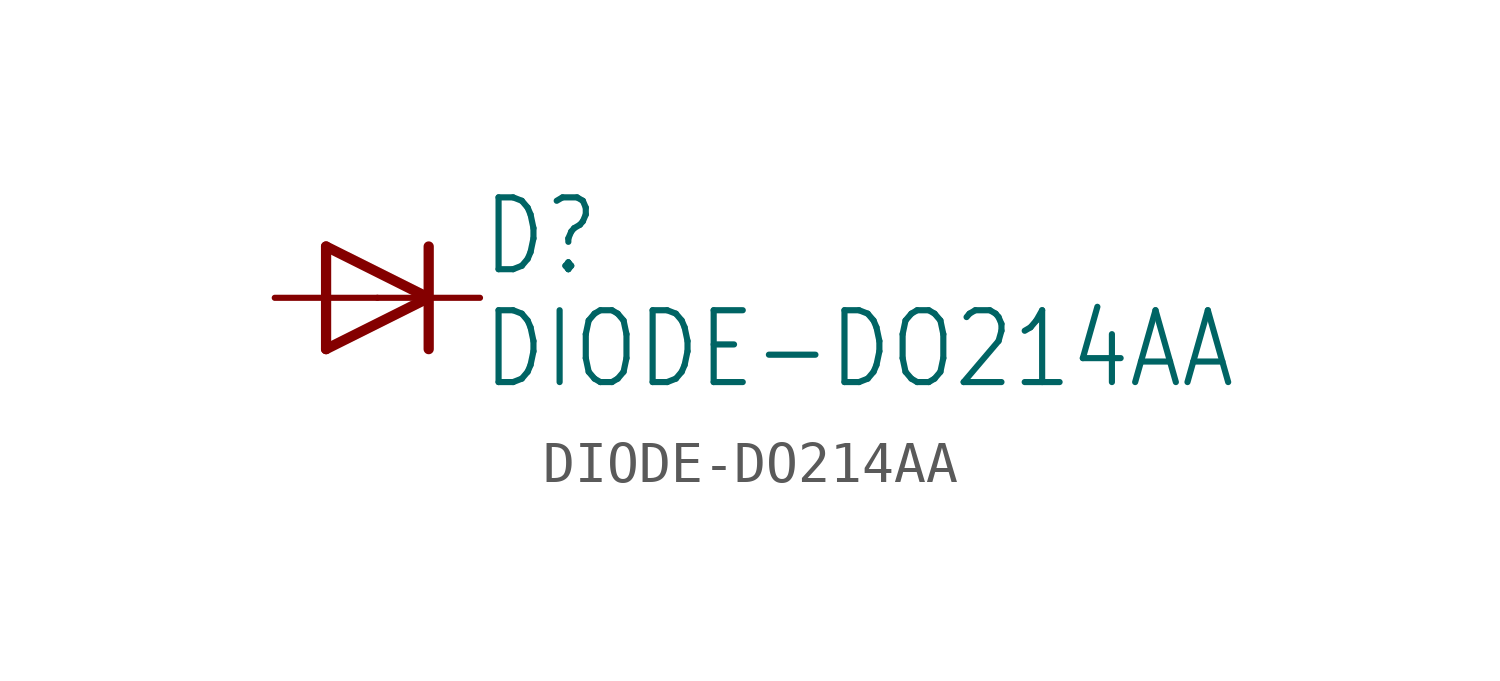
<source format=kicad_sym>
(kicad_symbol_lib
  (version 20211014)
  (generator kicad_symbol_editor)
  (symbol "DIODE-DO214AA"
    (property "Reference" "D"
      (at 2.54 0.483 0)
      (effects (font (size 1.778 1.511)) (justify left bottom)))
    (property "Value" "DIODE-DO214AA"
      (at 2.54 -2.311 0)
      (effects (font (size 1.778 1.511)) (justify left bottom)))
    (property "ki_locked" ""
      (at 0 0 0)
      (effects (font (size 1.27 1.27))))
    (symbol "DIODE-DO214AA_1_0"
      (polyline (pts (xy -1.27 -1.27) (xy 1.27 0)) (stroke (width 0.254) (type default) (color 0 0 0 0)) (fill (type none)))
      (polyline (pts (xy -1.27 1.27) (xy -1.27 -1.27)) (stroke (width 0.254) (type default) (color 0 0 0 0)) (fill (type none)))
      (polyline (pts (xy 1.27 0) (xy -1.27 1.27)) (stroke (width 0.254) (type default) (color 0 0 0 0)) (fill (type none)))
      (polyline (pts (xy 1.27 0) (xy 1.27 -1.27)) (stroke (width 0.254) (type default) (color 0 0 0 0)) (fill (type none)))
      (polyline (pts (xy 1.27 1.27) (xy 1.27 0)) (stroke (width 0.254) (type default) (color 0 0 0 0)) (fill (type none)))
      (pin passive line (at -2.54 0 0) (length 2.54) (name "A" (effects (font (size 0 0)))) (number "A" (effects (font (size 0 0)))))
      (pin passive line (at 2.54 0 180) (length 2.54) (name "C" (effects (font (size 0 0)))) (number "C" (effects (font (size 0 0))))))))
</source>
